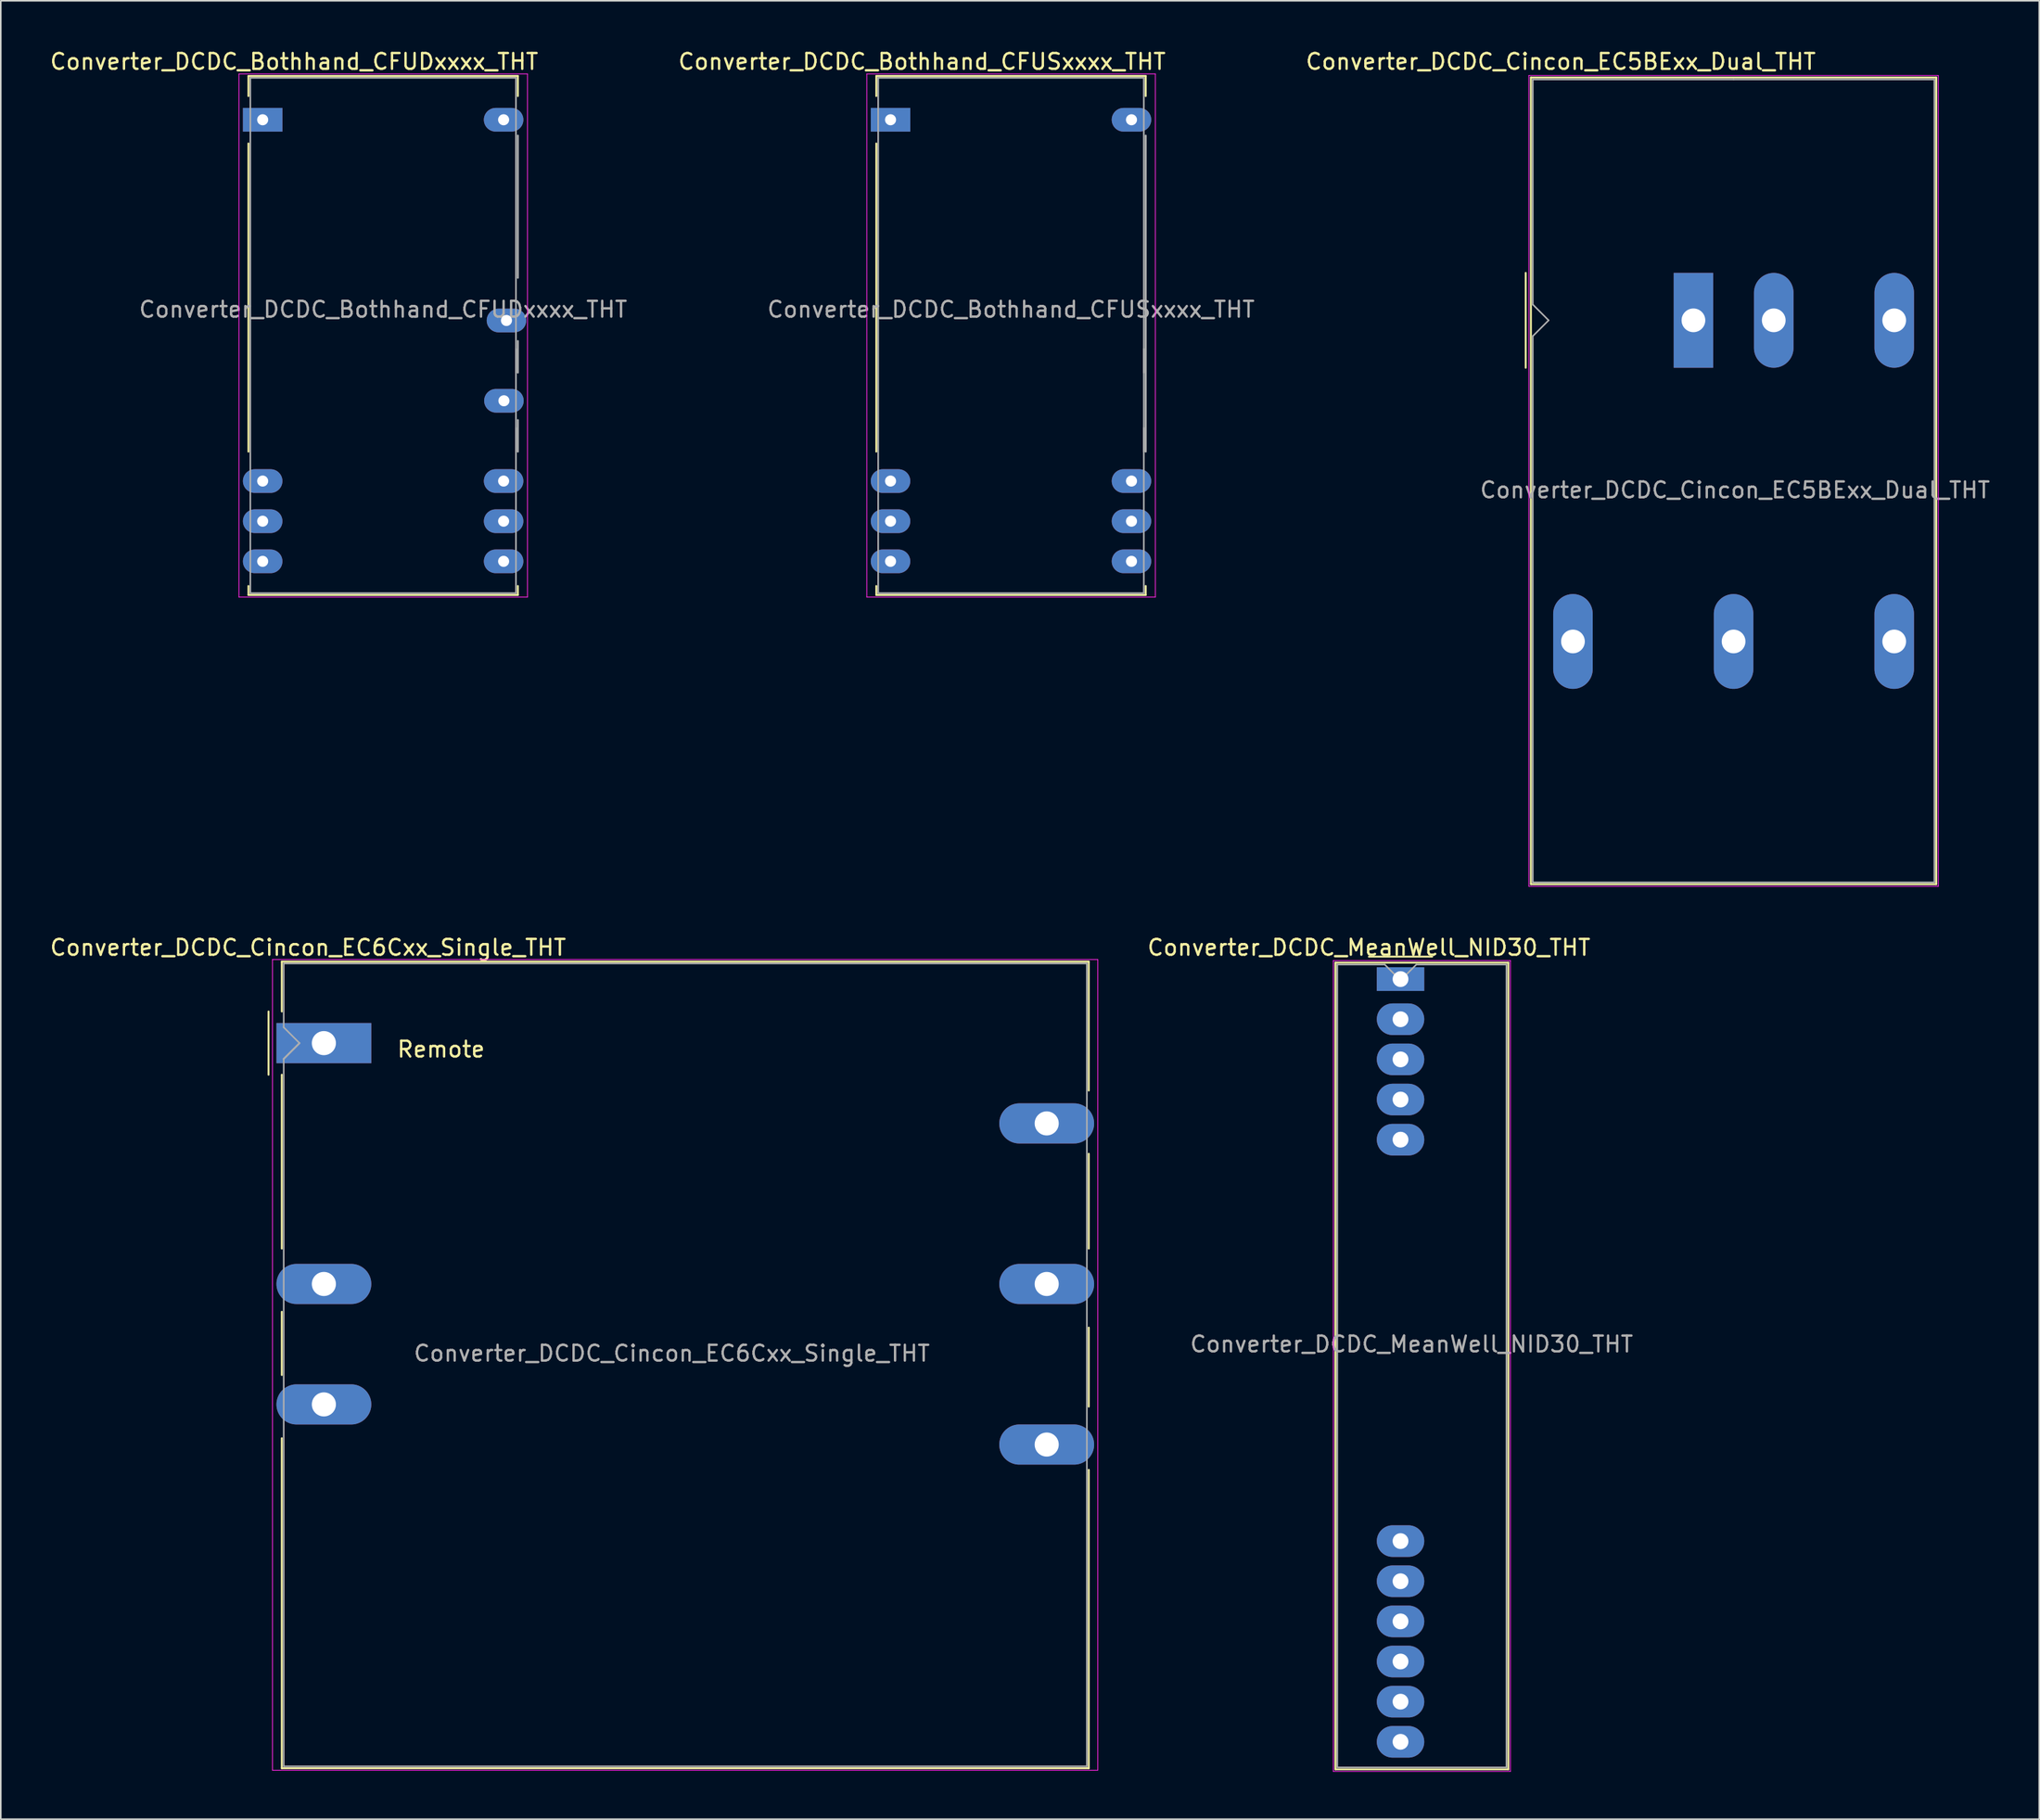
<source format=kicad_pcb>
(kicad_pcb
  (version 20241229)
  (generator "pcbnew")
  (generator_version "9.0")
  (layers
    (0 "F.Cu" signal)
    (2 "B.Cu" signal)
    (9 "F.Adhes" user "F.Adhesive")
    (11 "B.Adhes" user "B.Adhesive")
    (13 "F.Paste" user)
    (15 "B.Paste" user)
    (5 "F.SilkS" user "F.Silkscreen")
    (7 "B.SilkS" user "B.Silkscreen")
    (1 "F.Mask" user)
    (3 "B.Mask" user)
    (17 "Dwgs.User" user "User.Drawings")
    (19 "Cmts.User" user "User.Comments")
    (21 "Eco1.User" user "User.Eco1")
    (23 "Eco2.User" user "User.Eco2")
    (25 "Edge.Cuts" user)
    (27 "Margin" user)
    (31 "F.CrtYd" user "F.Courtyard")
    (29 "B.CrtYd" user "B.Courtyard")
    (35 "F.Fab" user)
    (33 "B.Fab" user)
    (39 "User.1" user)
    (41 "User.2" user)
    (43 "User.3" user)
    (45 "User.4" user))
  (footprint "Converter_DCDC_Bothhand_CFUDxxxx_THT"
    (layer "F.Cu")
    (at 13.564 4.528)
    (property "Reference" "Converter_DCDC_Bothhand_CFUDxxxx_THT" (at 1.99 -3.68 0) (layer "F.SilkS") (effects (font (size 1 1) (thickness 0.15))))
    (attr through_hole)
    (fp_line (start -0.9 -2.77) (end 16.14 -2.77) (stroke (width 0.12) (type solid)) (layer "F.SilkS"))
    (fp_line (start -0.9 -1.5) (end -0.9 -2.77) (stroke (width 0.12) (type solid)) (layer "F.SilkS"))
    (fp_line (start -0.9 1.5) (end -0.9 21) (stroke (width 0.12) (type solid)) (layer "F.SilkS"))
    (fp_line (start -0.9 29.5) (end -0.9 30.07) (stroke (width 0.12) (type solid)) (layer "F.SilkS"))
    (fp_line (start -0.9 30.07) (end 16.14 30.07) (stroke (width 0.12) (type solid)) (layer "F.SilkS"))
    (fp_line (start 16.14 -2.77) (end 16.14 -1.5) (stroke (width 0.12) (type solid)) (layer "F.SilkS"))
    (fp_line (start 16.14 30.07) (end 16.14 29.5) (stroke (width 0.12) (type solid)) (layer "F.SilkS"))
    (fp_line (start -1.5 -2.9) (end -1.5 30.2) (stroke (width 0.05) (type solid)) (layer "F.CrtYd"))
    (fp_line (start -1.5 -2.9) (end 16.75 -2.9) (stroke (width 0.05) (type solid)) (layer "F.CrtYd"))
    (fp_line (start -1.5 30.2) (end 16.75 30.2) (stroke (width 0.05) (type solid)) (layer "F.CrtYd"))
    (fp_line (start 16.75 -2.9) (end 16.75 30.2) (stroke (width 0.05) (type solid)) (layer "F.CrtYd"))
    (fp_line (start -0.78 -2.65) (end 16.02 -2.65) (stroke (width 0.1) (type solid)) (layer "F.Fab"))
    (fp_line (start -0.78 29.95) (end -0.78 -2.65) (stroke (width 0.1) (type solid)) (layer "F.Fab"))
    (fp_line (start 16.02 -2.65) (end 16.02 29.95) (stroke (width 0.1) (type solid)) (layer "F.Fab"))
    (fp_line (start 16.02 14.5) (end 16.02 16) (stroke (width 0.1) (type solid)) (layer "F.Fab"))
    (fp_line (start 16.02 19.5) (end 16.02 21) (stroke (width 0.1) (type solid)) (layer "F.Fab"))
    (fp_line (start 16.02 29.95) (end -0.78 29.95) (stroke (width 0.1) (type solid)) (layer "F.Fab"))
    (fp_line (start 16.14 1) (end 16.14 10) (stroke (width 0.12) (type solid)) (layer "F.Fab"))
    (fp_line (start 16.14 14) (end 16.14 16) (stroke (width 0.12) (type solid)) (layer "F.Fab"))
    (fp_line (start 16.14 19) (end 16.14 21) (stroke (width 0.12) (type solid)) (layer "F.Fab"))
    (fp_text user "${REFERENCE}" (at 7.62 12 0) (layer "F.Fab") (effects (font (size 1 1) (thickness 0.15))))
    (pad "1" thru_hole rect (at 0 0) (size 2.5 1.5) (drill 0.7) (layers "*.Cu" "*.Mask"))
    (pad "10" thru_hole oval (at 0 22.86) (size 2.5 1.5) (drill 0.7) (layers "*.Cu" "*.Mask"))
    (pad "11" thru_hole oval (at 0 25.4) (size 2.5 1.5) (drill 0.7) (layers "*.Cu" "*.Mask"))
    (pad "12" thru_hole oval (at 0 27.94) (size 2.5 1.5) (drill 0.7) (layers "*.Cu" "*.Mask"))
    (pad "13" thru_hole oval (at 15.24 27.94) (size 2.5 1.5) (drill 0.7) (layers "*.Cu" "*.Mask"))
    (pad "14" thru_hole oval (at 15.24 25.4) (size 2.5 1.5) (drill 0.7) (layers "*.Cu" "*.Mask"))
    (pad "15" thru_hole oval (at 15.24 22.86) (size 2.5 1.5) (drill 0.7) (layers "*.Cu" "*.Mask"))
    (pad "17" thru_hole oval (at 15.26 17.78) (size 2.5 1.5) (drill 0.7) (layers "*.Cu" "*.Mask"))
    (pad "19" thru_hole oval (at 15.42 12.7) (size 2.5 1.5) (drill 0.7) (layers "*.Cu" "*.Mask"))
    (pad "24" thru_hole oval (at 15.24 0) (size 2.5 1.5) (drill 0.7) (layers "*.Cu" "*.Mask")))
  (footprint "Converter_DCDC_MeanWell_NID30_THT"
    (layer "F.Cu")
    (at 85.535 58.901)
    (property "Reference" "Converter_DCDC_MeanWell_NID30_THT" (at -2 -2 0) (layer "F.SilkS") (effects (font (size 1 1) (thickness 0.15))))
    (attr through_hole)
    (fp_line (start -4.12 -1.04) (end 6.82 -1.04) (stroke (width 0.12) (type solid)) (layer "F.SilkS"))
    (fp_line (start -4.12 50) (end -4.12 -1.04) (stroke (width 0.12) (type solid)) (layer "F.SilkS"))
    (fp_line (start -2 -1.42) (end 2 -1.42) (stroke (width 0.12) (type solid)) (layer "F.SilkS"))
    (fp_line (start 6.82 -1.04) (end 6.82 50) (stroke (width 0.12) (type solid)) (layer "F.SilkS"))
    (fp_line (start 6.82 50) (end -4.12 50) (stroke (width 0.12) (type solid)) (layer "F.SilkS"))
    (fp_line (start -4.25 -1.17) (end 6.95 -1.17) (stroke (width 0.05) (type solid)) (layer "F.CrtYd"))
    (fp_line (start -4.25 50.13) (end -4.25 -1.17) (stroke (width 0.05) (type solid)) (layer "F.CrtYd"))
    (fp_line (start 6.95 -1.17) (end 6.95 50.13) (stroke (width 0.05) (type solid)) (layer "F.CrtYd"))
    (fp_line (start 6.95 50.13) (end -4.25 50.13) (stroke (width 0.05) (type solid)) (layer "F.CrtYd"))
    (fp_line (start -4 -0.92) (end -1 -0.92) (stroke (width 0.1) (type solid)) (layer "F.Fab"))
    (fp_line (start -4 49.88) (end -4 -0.92) (stroke (width 0.1) (type solid)) (layer "F.Fab"))
    (fp_line (start -1 -0.92) (end 0 0.08) (stroke (width 0.1) (type solid)) (layer "F.Fab"))
    (fp_line (start 0 0.08) (end 1 -0.92) (stroke (width 0.1) (type solid)) (layer "F.Fab"))
    (fp_line (start 1 -0.92) (end 6.7 -0.92) (stroke (width 0.1) (type solid)) (layer "F.Fab"))
    (fp_line (start 6.7 -0.92) (end 6.7 49.88) (stroke (width 0.1) (type solid)) (layer "F.Fab"))
    (fp_line (start 6.7 49.88) (end -4 49.88) (stroke (width 0.1) (type solid)) (layer "F.Fab"))
    (fp_text user "${REFERENCE}" (at 0.7 23.1 0) (layer "F.Fab") (effects (font (size 1 1) (thickness 0.15))))
    (pad "1" thru_hole rect (at 0 0) (size 3 1.5) (drill 1) (layers "*.Cu" "*.Mask"))
    (pad "2" thru_hole oval (at 0 2.54) (size 3 2) (drill 1) (layers "*.Cu" "*.Mask"))
    (pad "3" thru_hole oval (at 0 5.08) (size 3 2) (drill 1) (layers "*.Cu" "*.Mask"))
    (pad "4" thru_hole oval (at 0 7.62) (size 3 2) (drill 1) (layers "*.Cu" "*.Mask"))
    (pad "5" thru_hole oval (at 0 10.16) (size 3 2) (drill 1) (layers "*.Cu" "*.Mask"))
    (pad "6" thru_hole oval (at 0 35.56) (size 3 2) (drill 1) (layers "*.Cu" "*.Mask"))
    (pad "7" thru_hole oval (at 0 38.1) (size 3 2) (drill 1) (layers "*.Cu" "*.Mask"))
    (pad "8" thru_hole oval (at 0 40.64) (size 3 2) (drill 1) (layers "*.Cu" "*.Mask"))
    (pad "9" thru_hole oval (at 0 43.18) (size 3 2) (drill 1) (layers "*.Cu" "*.Mask"))
    (pad "10" thru_hole oval (at 0 45.72) (size 3 2) (drill 1) (layers "*.Cu" "*.Mask"))
    (pad "11" thru_hole oval (at 0 48.26) (size 3 2) (drill 1) (layers "*.Cu" "*.Mask")))
  (footprint "Converter_DCDC_Cincon_EC6Cxx_Single_THT"
    (layer "F.Cu")
    (at 17.435 62.952)
    (property "Reference" "Converter_DCDC_Cincon_EC6Cxx_Single_THT" (at -1 -6.05 0) (layer "F.SilkS") (effects (font (size 1 1) (thickness 0.15))))
    (attr through_hole)
    (fp_line (start -3.5 -2) (end -3.5 2) (stroke (width 0.12) (type solid)) (layer "F.SilkS"))
    (fp_line (start -2.66 -5.16) (end 48.38 -5.16) (stroke (width 0.12) (type solid)) (layer "F.SilkS"))
    (fp_line (start -2.66 -2) (end -2.66 -5.16) (stroke (width 0.12) (type solid)) (layer "F.SilkS"))
    (fp_line (start -2.66 2) (end -2.66 13) (stroke (width 0.12) (type solid)) (layer "F.SilkS"))
    (fp_line (start -2.66 17) (end -2.66 21) (stroke (width 0.12) (type solid)) (layer "F.SilkS"))
    (fp_line (start -2.66 25) (end -2.66 45.88) (stroke (width 0.12) (type solid)) (layer "F.SilkS"))
    (fp_line (start 48.38 -5.16) (end 48.38 3) (stroke (width 0.12) (type solid)) (layer "F.SilkS"))
    (fp_line (start 48.38 7) (end 48.38 13) (stroke (width 0.12) (type solid)) (layer "F.SilkS"))
    (fp_line (start 48.38 18) (end 48.38 23) (stroke (width 0.12) (type solid)) (layer "F.SilkS"))
    (fp_line (start 48.38 27) (end 48.38 45.88) (stroke (width 0.12) (type solid)) (layer "F.SilkS"))
    (fp_line (start 48.38 45.88) (end -2.66 45.88) (stroke (width 0.12) (type solid)) (layer "F.SilkS"))
    (fp_line (start -3.25 -5.29) (end -3.25 46.01) (stroke (width 0.05) (type solid)) (layer "F.CrtYd"))
    (fp_line (start -3.25 -5.29) (end 48.95 -5.29) (stroke (width 0.05) (type solid)) (layer "F.CrtYd"))
    (fp_line (start -3.25 46.01) (end 48.95 46.01) (stroke (width 0.05) (type solid)) (layer "F.CrtYd"))
    (fp_line (start 48.95 -5.29) (end 48.95 46.01) (stroke (width 0.05) (type solid)) (layer "F.CrtYd"))
    (fp_line (start -2.54 -5.04) (end 48.26 -5.04) (stroke (width 0.1) (type solid)) (layer "F.Fab"))
    (fp_line (start -2.54 -1) (end -2.54 -5.04) (stroke (width 0.1) (type solid)) (layer "F.Fab"))
    (fp_line (start -2.54 -1) (end -1.54 0) (stroke (width 0.1) (type solid)) (layer "F.Fab"))
    (fp_line (start -2.54 45.76) (end -2.54 1) (stroke (width 0.1) (type solid)) (layer "F.Fab"))
    (fp_line (start -1.54 0) (end -2.54 1) (stroke (width 0.12) (type solid)) (layer "F.Fab"))
    (fp_line (start 48.26 45.76) (end -2.54 45.76) (stroke (width 0.1) (type solid)) (layer "F.Fab"))
    (fp_line (start 48.26 45.76) (end 48.26 -5.04) (stroke (width 0.1) (type solid)) (layer "F.Fab"))
    (fp_text user "Remote" (at 7.414 0.391 0) (layer "F.SilkS") (effects (font (size 1 1) (thickness 0.15))))
    (fp_text user "${REFERENCE}" (at 22.01 19.63 0) (layer "F.Fab") (effects (font (size 1 1) (thickness 0.15))))
    (pad "1" thru_hole rect (at 0 0) (size 5.999 2.54) (drill 1.524) (layers "*.Cu" "*.Mask"))
    (pad "3" thru_hole oval (at 0 15.24) (size 6 2.54) (drill 1.524) (layers "*.Cu" "*.Mask"))
    (pad "4" thru_hole oval (at 0 22.86) (size 6 2.54) (drill 1.524) (layers "*.Cu" "*.Mask"))
    (pad "5" thru_hole oval (at 45.72 5.08) (size 5.999 2.54) (drill 1.524) (layers "*.Cu" "*.Mask"))
    (pad "6" thru_hole oval (at 45.72 15.24) (size 6 2.54) (drill 1.524) (layers "*.Cu" "*.Mask"))
    (pad "7" thru_hole oval (at 45.72 25.4) (size 6 2.54) (drill 1.524) (layers "*.Cu" "*.Mask")))
  (footprint "Converter_DCDC_Cincon_EC5BExx_Dual_THT"
    (layer "F.Cu")
    (at 104.061 17.218)
    (property "Reference" "Converter_DCDC_Cincon_EC5BExx_Dual_THT" (at -8.39 -16.37 180) (layer "F.SilkS") (effects (font (size 1 1) (thickness 0.15))))
    (attr through_hole)
    (fp_line (start -10.61 -3) (end -10.61 3) (stroke (width 0.12) (type solid)) (layer "F.SilkS"))
    (fp_line (start -10.28 -15.36) (end 15.36 -15.36) (stroke (width 0.12) (type solid)) (layer "F.SilkS"))
    (fp_line (start -10.28 35.68) (end -10.28 -15.36) (stroke (width 0.12) (type solid)) (layer "F.SilkS"))
    (fp_line (start 15.36 -15.36) (end 15.36 35.68) (stroke (width 0.12) (type solid)) (layer "F.SilkS"))
    (fp_line (start 15.36 35.68) (end -10.28 35.68) (stroke (width 0.12) (type solid)) (layer "F.SilkS"))
    (fp_line (start -10.41 -15.49) (end 15.49 -15.49) (stroke (width 0.05) (type solid)) (layer "F.CrtYd"))
    (fp_line (start -10.41 35.8) (end -10.41 -15.49) (stroke (width 0.05) (type solid)) (layer "F.CrtYd"))
    (fp_line (start -10.41 35.81) (end 15.49 35.81) (stroke (width 0.05) (type solid)) (layer "F.CrtYd"))
    (fp_line (start 15.49 35.81) (end 15.49 -15.49) (stroke (width 0.05) (type solid)) (layer "F.CrtYd"))
    (fp_line (start -10.16 -1) (end -10.16 -15.24) (stroke (width 0.1) (type solid)) (layer "F.Fab"))
    (fp_line (start -10.16 1) (end -10.16 35.56) (stroke (width 0.1) (type solid)) (layer "F.Fab"))
    (fp_line (start -10.16 1) (end -9.16 0) (stroke (width 0.1) (type solid)) (layer "F.Fab"))
    (fp_line (start -10.16 35.56) (end 15.24 35.56) (stroke (width 0.1) (type solid)) (layer "F.Fab"))
    (fp_line (start -9.16 0) (end -10.16 -1) (stroke (width 0.1) (type solid)) (layer "F.Fab"))
    (fp_line (start 2.54 -15.24) (end -10.16 -15.24) (stroke (width 0.1) (type solid)) (layer "F.Fab"))
    (fp_line (start 15.24 -15.24) (end 2.54 -15.24) (stroke (width 0.1) (type solid)) (layer "F.Fab"))
    (fp_line (start 15.24 35.56) (end 15.24 -15.24) (stroke (width 0.1) (type solid)) (layer "F.Fab"))
    (fp_text user "${REFERENCE}" (at 2.63 10.74 0) (layer "F.Fab") (effects (font (size 1 1) (thickness 0.15))))
    (pad "1" thru_hole rect (at 0 0 90) (size 6 2.5) (drill 1.5) (layers "*.Cu" "*.Mask"))
    (pad "2" thru_hole oval (at 5.08 0 90) (size 6 2.5) (drill 1.5) (layers "*.Cu" "*.Mask"))
    (pad "3" thru_hole oval (at -7.62 20.32 90) (size 6 2.5) (drill 1.5) (layers "*.Cu" "*.Mask"))
    (pad "4" thru_hole oval (at 2.54 20.32 90) (size 6 2.5) (drill 1.5) (layers "*.Cu" "*.Mask"))
    (pad "5" thru_hole oval (at 12.7 20.32 90) (size 6 2.5) (drill 1.5) (layers "*.Cu" "*.Mask"))
    (pad "6" thru_hole oval (at 12.7 0 90) (size 6 2.5) (drill 1.5) (layers "*.Cu" "*.Mask")))
  (footprint "Converter_DCDC_Bothhand_CFUSxxxx_THT"
    (layer "F.Cu")
    (at 53.277 4.528)
    (property "Reference" "Converter_DCDC_Bothhand_CFUSxxxx_THT" (at 1.99 -3.68 0) (layer "F.SilkS") (effects (font (size 1 1) (thickness 0.15))))
    (attr through_hole)
    (fp_line (start -0.9 -2.77) (end 16.14 -2.77) (stroke (width 0.12) (type solid)) (layer "F.SilkS"))
    (fp_line (start -0.9 -1.5) (end -0.9 -2.77) (stroke (width 0.12) (type solid)) (layer "F.SilkS"))
    (fp_line (start -0.9 1.5) (end -0.9 21) (stroke (width 0.12) (type solid)) (layer "F.SilkS"))
    (fp_line (start -0.9 29.5) (end -0.9 30.07) (stroke (width 0.12) (type solid)) (layer "F.SilkS"))
    (fp_line (start -0.9 30.07) (end 16.14 30.07) (stroke (width 0.12) (type solid)) (layer "F.SilkS"))
    (fp_line (start 16.14 -2.77) (end 16.14 -1.5) (stroke (width 0.12) (type solid)) (layer "F.SilkS"))
    (fp_line (start 16.14 30.07) (end 16.14 29.5) (stroke (width 0.12) (type solid)) (layer "F.SilkS"))
    (fp_line (start -1.5 -2.9) (end -1.5 30.2) (stroke (width 0.05) (type solid)) (layer "F.CrtYd"))
    (fp_line (start -1.5 -2.9) (end 16.75 -2.9) (stroke (width 0.05) (type solid)) (layer "F.CrtYd"))
    (fp_line (start -1.5 30.2) (end 16.75 30.2) (stroke (width 0.05) (type solid)) (layer "F.CrtYd"))
    (fp_line (start 16.75 -2.9) (end 16.75 30.2) (stroke (width 0.05) (type solid)) (layer "F.CrtYd"))
    (fp_line (start -0.78 -2.65) (end 16.02 -2.65) (stroke (width 0.1) (type solid)) (layer "F.Fab"))
    (fp_line (start -0.78 29.95) (end -0.78 -2.65) (stroke (width 0.1) (type solid)) (layer "F.Fab"))
    (fp_line (start 16.02 -2.65) (end 16.02 29.95) (stroke (width 0.1) (type solid)) (layer "F.Fab"))
    (fp_line (start 16.02 14.5) (end 16.02 16) (stroke (width 0.1) (type solid)) (layer "F.Fab"))
    (fp_line (start 16.02 19.5) (end 16.02 21) (stroke (width 0.1) (type solid)) (layer "F.Fab"))
    (fp_line (start 16.02 29.95) (end -0.78 29.95) (stroke (width 0.1) (type solid)) (layer "F.Fab"))
    (fp_line (start 16.14 1) (end 16.14 21) (stroke (width 0.12) (type solid)) (layer "F.Fab"))
    (fp_text user "${REFERENCE}" (at 7.62 12 0) (layer "F.Fab") (effects (font (size 1 1) (thickness 0.15))))
    (pad "1" thru_hole rect (at 0 0) (size 2.5 1.5) (drill 0.7) (layers "*.Cu" "*.Mask"))
    (pad "10" thru_hole oval (at 0 22.86) (size 2.5 1.5) (drill 0.7) (layers "*.Cu" "*.Mask"))
    (pad "11" thru_hole oval (at 0 25.4) (size 2.5 1.5) (drill 0.7) (layers "*.Cu" "*.Mask"))
    (pad "12" thru_hole oval (at 0 27.94) (size 2.5 1.5) (drill 0.7) (layers "*.Cu" "*.Mask"))
    (pad "13" thru_hole oval (at 15.24 27.94) (size 2.5 1.5) (drill 0.7) (layers "*.Cu" "*.Mask"))
    (pad "14" thru_hole oval (at 15.24 25.4) (size 2.5 1.5) (drill 0.7) (layers "*.Cu" "*.Mask"))
    (pad "15" thru_hole oval (at 15.24 22.86) (size 2.5 1.5) (drill 0.7) (layers "*.Cu" "*.Mask"))
    (pad "24" thru_hole oval (at 15.24 0) (size 2.5 1.5) (drill 0.7) (layers "*.Cu" "*.Mask")))
  (gr_rect
    (start -3 -3)
    (end 125.935 112.056)
    (stroke (width 0.1) (type default))
    (fill no)
    (layer "Edge.Cuts")))
</source>
